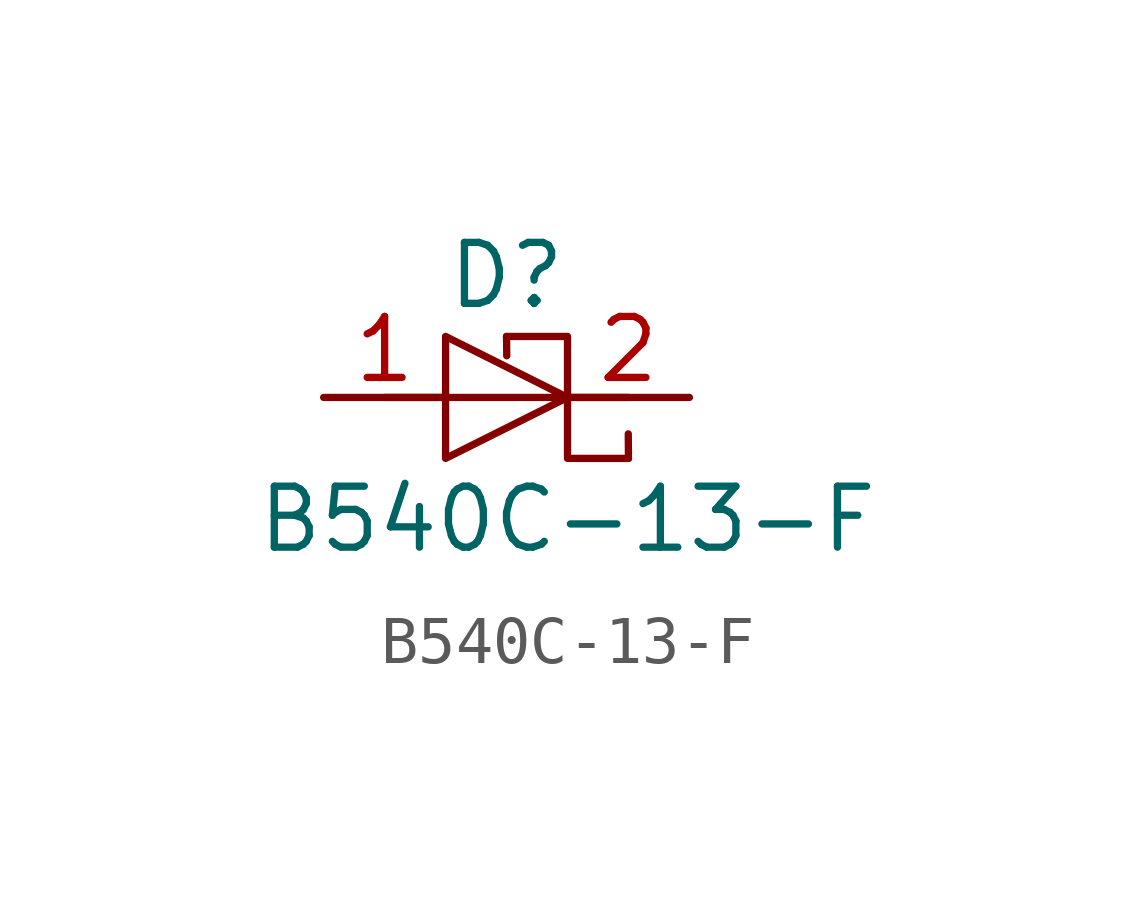
<source format=kicad_sym>
(kicad_symbol_lib
  (version 20211014)
  (generator kicad_symbol_editor)
  (symbol "B540C-13-F"
    (property "Reference" "D"
      (at 0 0 0)
      (effects (font (size 1.27 1.27))))
    (property "Value" "B540C-13-F"
      (at 1.27 -5.08 0)
      (effects (font (size 1.27 1.27))))
    (symbol "B540C-13-F_0_1"
      (polyline (pts (xy 2.54 -3.81) (xy 2.536 -3.3)) (stroke (width 0) (type default) (color 0 0 0 0)) (fill (type none)))
      (polyline (pts (xy 0 -1.27) (xy 0.004 -1.672) (xy 0 -1.27)) (stroke (width 0) (type default) (color 0 0 0 0)) (fill (type none)))
      (polyline (pts (xy 1.27 -2.54) (xy 1.27 -3.81) (xy 2.54 -3.81)) (stroke (width 0) (type default) (color 0 0 0 0)) (fill (type none)))
      (polyline (pts (xy -2.54 -2.54) (xy 2.54 -2.54) (xy 1.27 -2.54) (xy -1.27 -1.27) (xy -1.27 -3.81) (xy 1.27 -2.54) (xy 1.27 -1.27) (xy 0 -1.27)) (stroke (width 0) (type default) (color 0 0 0 0)) (fill (type none))))
    (symbol "B540C-13-F_1_1"
      (pin input line (at -3.81 -2.54 0) (length 2.54) (name "" (effects (font (size 1.27 1.27)))) (number "1" (effects (font (size 1.27 1.27)))))
      (pin output line (at 3.81 -2.54 180) (length 2.54) (name "" (effects (font (size 1.27 1.27)))) (number "2" (effects (font (size 1.27 1.27))))))))
</source>
